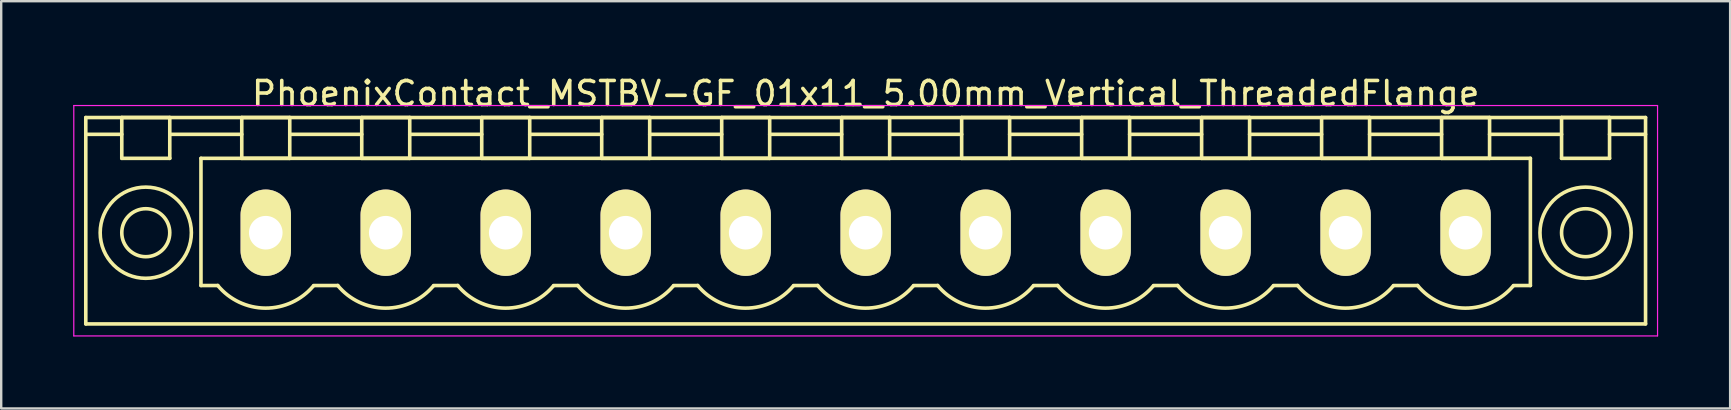
<source format=kicad_pcb>
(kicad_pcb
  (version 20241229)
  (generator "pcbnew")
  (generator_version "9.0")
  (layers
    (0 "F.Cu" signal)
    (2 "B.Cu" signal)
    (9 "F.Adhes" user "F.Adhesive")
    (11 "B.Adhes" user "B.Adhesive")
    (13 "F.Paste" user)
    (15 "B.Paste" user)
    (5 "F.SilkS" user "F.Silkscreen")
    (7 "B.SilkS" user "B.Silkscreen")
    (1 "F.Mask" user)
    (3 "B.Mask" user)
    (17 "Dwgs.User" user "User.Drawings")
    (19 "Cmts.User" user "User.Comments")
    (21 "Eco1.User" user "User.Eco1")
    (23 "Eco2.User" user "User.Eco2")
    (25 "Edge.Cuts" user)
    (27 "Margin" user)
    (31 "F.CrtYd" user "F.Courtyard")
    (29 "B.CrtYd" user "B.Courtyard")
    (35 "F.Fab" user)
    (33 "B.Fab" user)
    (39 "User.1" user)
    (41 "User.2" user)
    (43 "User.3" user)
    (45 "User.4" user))
  (footprint "PhoenixContact_MSTBV-GF_01x11_5.00mm_Vertical_ThreadedFlange"
    (layer "F.Cu")
    (at 8.025 6.648)
    (property "Reference" "PhoenixContact_MSTBV-GF_01x11_5.00mm_Vertical_ThreadedFlange" (at 25 -5.8 0) (layer "F.SilkS") (effects (font (size 1 1) (thickness 0.15))))
    (attr through_hole)
    (fp_line (start -7.5 -4.8) (end -7.5 3.8) (stroke (width 0.15) (type solid)) (layer "F.SilkS"))
    (fp_line (start -7.5 -4.1) (end -6 -4.1) (stroke (width 0.15) (type solid)) (layer "F.SilkS"))
    (fp_line (start -7.5 3.8) (end 57.5 3.8) (stroke (width 0.15) (type solid)) (layer "F.SilkS"))
    (fp_line (start -6 -4.8) (end -4 -4.8) (stroke (width 0.15) (type solid)) (layer "F.SilkS"))
    (fp_line (start -6 -3.1) (end -6 -4.8) (stroke (width 0.15) (type solid)) (layer "F.SilkS"))
    (fp_line (start -4 -4.8) (end -4 -3.1) (stroke (width 0.15) (type solid)) (layer "F.SilkS"))
    (fp_line (start -4 -4.1) (end -1 -4.1) (stroke (width 0.15) (type solid)) (layer "F.SilkS"))
    (fp_line (start -4 -3.1) (end -6 -3.1) (stroke (width 0.15) (type solid)) (layer "F.SilkS"))
    (fp_line (start -2.7 -3.1) (end 52.7 -3.1) (stroke (width 0.15) (type solid)) (layer "F.SilkS"))
    (fp_line (start -2.7 2.2) (end -2.7 -3.1) (stroke (width 0.15) (type solid)) (layer "F.SilkS"))
    (fp_line (start -2 2.2) (end -2.7 2.2) (stroke (width 0.15) (type solid)) (layer "F.SilkS"))
    (fp_line (start -1 -4.8) (end 1 -4.8) (stroke (width 0.15) (type solid)) (layer "F.SilkS"))
    (fp_line (start -1 -3.1) (end -1 -4.8) (stroke (width 0.15) (type solid)) (layer "F.SilkS"))
    (fp_line (start 1 -4.8) (end 1 -3.1) (stroke (width 0.15) (type solid)) (layer "F.SilkS"))
    (fp_line (start 1 -4.1) (end 4 -4.1) (stroke (width 0.15) (type solid)) (layer "F.SilkS"))
    (fp_line (start 1 -3.1) (end -1 -3.1) (stroke (width 0.15) (type solid)) (layer "F.SilkS"))
    (fp_line (start 2 2.2) (end 3 2.2) (stroke (width 0.15) (type solid)) (layer "F.SilkS"))
    (fp_line (start 4 -4.8) (end 6 -4.8) (stroke (width 0.15) (type solid)) (layer "F.SilkS"))
    (fp_line (start 4 -3.1) (end 4 -4.8) (stroke (width 0.15) (type solid)) (layer "F.SilkS"))
    (fp_line (start 6 -4.8) (end 6 -3.1) (stroke (width 0.15) (type solid)) (layer "F.SilkS"))
    (fp_line (start 6 -4.1) (end 9 -4.1) (stroke (width 0.15) (type solid)) (layer "F.SilkS"))
    (fp_line (start 6 -3.1) (end 4 -3.1) (stroke (width 0.15) (type solid)) (layer "F.SilkS"))
    (fp_line (start 7 2.2) (end 8 2.2) (stroke (width 0.15) (type solid)) (layer "F.SilkS"))
    (fp_line (start 9 -4.8) (end 11 -4.8) (stroke (width 0.15) (type solid)) (layer "F.SilkS"))
    (fp_line (start 9 -3.1) (end 9 -4.8) (stroke (width 0.15) (type solid)) (layer "F.SilkS"))
    (fp_line (start 11 -4.8) (end 11 -3.1) (stroke (width 0.15) (type solid)) (layer "F.SilkS"))
    (fp_line (start 11 -4.1) (end 14 -4.1) (stroke (width 0.15) (type solid)) (layer "F.SilkS"))
    (fp_line (start 11 -3.1) (end 9 -3.1) (stroke (width 0.15) (type solid)) (layer "F.SilkS"))
    (fp_line (start 12 2.2) (end 13 2.2) (stroke (width 0.15) (type solid)) (layer "F.SilkS"))
    (fp_line (start 14 -4.8) (end 16 -4.8) (stroke (width 0.15) (type solid)) (layer "F.SilkS"))
    (fp_line (start 14 -3.1) (end 14 -4.8) (stroke (width 0.15) (type solid)) (layer "F.SilkS"))
    (fp_line (start 16 -4.8) (end 16 -3.1) (stroke (width 0.15) (type solid)) (layer "F.SilkS"))
    (fp_line (start 16 -4.1) (end 19 -4.1) (stroke (width 0.15) (type solid)) (layer "F.SilkS"))
    (fp_line (start 16 -3.1) (end 14 -3.1) (stroke (width 0.15) (type solid)) (layer "F.SilkS"))
    (fp_line (start 17 2.2) (end 18 2.2) (stroke (width 0.15) (type solid)) (layer "F.SilkS"))
    (fp_line (start 19 -4.8) (end 21 -4.8) (stroke (width 0.15) (type solid)) (layer "F.SilkS"))
    (fp_line (start 19 -3.1) (end 19 -4.8) (stroke (width 0.15) (type solid)) (layer "F.SilkS"))
    (fp_line (start 21 -4.8) (end 21 -3.1) (stroke (width 0.15) (type solid)) (layer "F.SilkS"))
    (fp_line (start 21 -4.1) (end 24 -4.1) (stroke (width 0.15) (type solid)) (layer "F.SilkS"))
    (fp_line (start 21 -3.1) (end 19 -3.1) (stroke (width 0.15) (type solid)) (layer "F.SilkS"))
    (fp_line (start 22 2.2) (end 23 2.2) (stroke (width 0.15) (type solid)) (layer "F.SilkS"))
    (fp_line (start 24 -4.8) (end 26 -4.8) (stroke (width 0.15) (type solid)) (layer "F.SilkS"))
    (fp_line (start 24 -3.1) (end 24 -4.8) (stroke (width 0.15) (type solid)) (layer "F.SilkS"))
    (fp_line (start 26 -4.8) (end 26 -3.1) (stroke (width 0.15) (type solid)) (layer "F.SilkS"))
    (fp_line (start 26 -4.1) (end 29 -4.1) (stroke (width 0.15) (type solid)) (layer "F.SilkS"))
    (fp_line (start 26 -3.1) (end 24 -3.1) (stroke (width 0.15) (type solid)) (layer "F.SilkS"))
    (fp_line (start 27 2.2) (end 28 2.2) (stroke (width 0.15) (type solid)) (layer "F.SilkS"))
    (fp_line (start 29 -4.8) (end 31 -4.8) (stroke (width 0.15) (type solid)) (layer "F.SilkS"))
    (fp_line (start 29 -3.1) (end 29 -4.8) (stroke (width 0.15) (type solid)) (layer "F.SilkS"))
    (fp_line (start 31 -4.8) (end 31 -3.1) (stroke (width 0.15) (type solid)) (layer "F.SilkS"))
    (fp_line (start 31 -4.1) (end 34 -4.1) (stroke (width 0.15) (type solid)) (layer "F.SilkS"))
    (fp_line (start 31 -3.1) (end 29 -3.1) (stroke (width 0.15) (type solid)) (layer "F.SilkS"))
    (fp_line (start 32 2.2) (end 33 2.2) (stroke (width 0.15) (type solid)) (layer "F.SilkS"))
    (fp_line (start 34 -4.8) (end 36 -4.8) (stroke (width 0.15) (type solid)) (layer "F.SilkS"))
    (fp_line (start 34 -3.1) (end 34 -4.8) (stroke (width 0.15) (type solid)) (layer "F.SilkS"))
    (fp_line (start 36 -4.8) (end 36 -3.1) (stroke (width 0.15) (type solid)) (layer "F.SilkS"))
    (fp_line (start 36 -4.1) (end 39 -4.1) (stroke (width 0.15) (type solid)) (layer "F.SilkS"))
    (fp_line (start 36 -3.1) (end 34 -3.1) (stroke (width 0.15) (type solid)) (layer "F.SilkS"))
    (fp_line (start 37 2.2) (end 38 2.2) (stroke (width 0.15) (type solid)) (layer "F.SilkS"))
    (fp_line (start 39 -4.8) (end 41 -4.8) (stroke (width 0.15) (type solid)) (layer "F.SilkS"))
    (fp_line (start 39 -3.1) (end 39 -4.8) (stroke (width 0.15) (type solid)) (layer "F.SilkS"))
    (fp_line (start 41 -4.8) (end 41 -3.1) (stroke (width 0.15) (type solid)) (layer "F.SilkS"))
    (fp_line (start 41 -4.1) (end 44 -4.1) (stroke (width 0.15) (type solid)) (layer "F.SilkS"))
    (fp_line (start 41 -3.1) (end 39 -3.1) (stroke (width 0.15) (type solid)) (layer "F.SilkS"))
    (fp_line (start 42 2.2) (end 43 2.2) (stroke (width 0.15) (type solid)) (layer "F.SilkS"))
    (fp_line (start 44 -4.8) (end 46 -4.8) (stroke (width 0.15) (type solid)) (layer "F.SilkS"))
    (fp_line (start 44 -3.1) (end 44 -4.8) (stroke (width 0.15) (type solid)) (layer "F.SilkS"))
    (fp_line (start 46 -4.8) (end 46 -3.1) (stroke (width 0.15) (type solid)) (layer "F.SilkS"))
    (fp_line (start 46 -4.1) (end 49 -4.1) (stroke (width 0.15) (type solid)) (layer "F.SilkS"))
    (fp_line (start 46 -3.1) (end 44 -3.1) (stroke (width 0.15) (type solid)) (layer "F.SilkS"))
    (fp_line (start 47 2.2) (end 48 2.2) (stroke (width 0.15) (type solid)) (layer "F.SilkS"))
    (fp_line (start 49 -4.8) (end 51 -4.8) (stroke (width 0.15) (type solid)) (layer "F.SilkS"))
    (fp_line (start 49 -3.1) (end 49 -4.8) (stroke (width 0.15) (type solid)) (layer "F.SilkS"))
    (fp_line (start 51 -4.8) (end 51 -3.1) (stroke (width 0.15) (type solid)) (layer "F.SilkS"))
    (fp_line (start 51 -4.1) (end 54 -4.1) (stroke (width 0.15) (type solid)) (layer "F.SilkS"))
    (fp_line (start 51 -3.1) (end 49 -3.1) (stroke (width 0.15) (type solid)) (layer "F.SilkS"))
    (fp_line (start 52.7 -3.1) (end 52.7 2.2) (stroke (width 0.15) (type solid)) (layer "F.SilkS"))
    (fp_line (start 52.7 2.2) (end 52 2.2) (stroke (width 0.15) (type solid)) (layer "F.SilkS"))
    (fp_line (start 54 -4.8) (end 56 -4.8) (stroke (width 0.15) (type solid)) (layer "F.SilkS"))
    (fp_line (start 54 -3.1) (end 54 -4.8) (stroke (width 0.15) (type solid)) (layer "F.SilkS"))
    (fp_line (start 56 -4.8) (end 56 -3.1) (stroke (width 0.15) (type solid)) (layer "F.SilkS"))
    (fp_line (start 56 -3.1) (end 54 -3.1) (stroke (width 0.15) (type solid)) (layer "F.SilkS"))
    (fp_line (start 57.5 -4.8) (end -7.5 -4.8) (stroke (width 0.15) (type solid)) (layer "F.SilkS"))
    (fp_line (start 57.5 -4.1) (end 56 -4.1) (stroke (width 0.15) (type solid)) (layer "F.SilkS"))
    (fp_line (start 57.5 3.8) (end 57.5 -4.8) (stroke (width 0.15) (type solid)) (layer "F.SilkS"))
    (fp_arc (start 1.986842 2.215821) (mid -0.010289 3.142758) (end -2 2.2) (stroke (width 0.15) (type solid)) (layer "F.SilkS"))
    (fp_arc (start 6.986842 2.215821) (mid 4.989711 3.142758) (end 3 2.2) (stroke (width 0.15) (type solid)) (layer "F.SilkS"))
    (fp_arc (start 11.986842 2.215821) (mid 9.989711 3.142758) (end 8 2.2) (stroke (width 0.15) (type solid)) (layer "F.SilkS"))
    (fp_arc (start 16.986842 2.215821) (mid 14.989711 3.142758) (end 13 2.2) (stroke (width 0.15) (type solid)) (layer "F.SilkS"))
    (fp_arc (start 21.986842 2.215821) (mid 19.989711 3.142758) (end 18 2.2) (stroke (width 0.15) (type solid)) (layer "F.SilkS"))
    (fp_arc (start 26.986842 2.215821) (mid 24.989711 3.142758) (end 23 2.2) (stroke (width 0.15) (type solid)) (layer "F.SilkS"))
    (fp_arc (start 31.986842 2.215821) (mid 29.989711 3.142758) (end 28 2.2) (stroke (width 0.15) (type solid)) (layer "F.SilkS"))
    (fp_arc (start 36.986842 2.215821) (mid 34.989711 3.142758) (end 33 2.2) (stroke (width 0.15) (type solid)) (layer "F.SilkS"))
    (fp_arc (start 41.986842 2.215821) (mid 39.989711 3.142758) (end 38 2.2) (stroke (width 0.15) (type solid)) (layer "F.SilkS"))
    (fp_arc (start 46.986842 2.215821) (mid 44.989711 3.142758) (end 43 2.2) (stroke (width 0.15) (type solid)) (layer "F.SilkS"))
    (fp_arc (start 51.986842 2.215821) (mid 49.989711 3.142758) (end 48 2.2) (stroke (width 0.15) (type solid)) (layer "F.SilkS"))
    (fp_circle (center -5 0) (end -4 0) (stroke (width 0.15) (type solid)) (fill no) (layer "F.SilkS"))
    (fp_circle (center -5 0) (end -3.1 0) (stroke (width 0.15) (type solid)) (fill no) (layer "F.SilkS"))
    (fp_circle (center 55 0) (end 56 0) (stroke (width 0.15) (type solid)) (fill no) (layer "F.SilkS"))
    (fp_circle (center 55 0) (end 56.9 0) (stroke (width 0.15) (type solid)) (fill no) (layer "F.SilkS"))
    (fp_line (start -8 -5.3) (end -8 4.3) (stroke (width 0.05) (type solid)) (layer "F.CrtYd"))
    (fp_line (start -8 4.3) (end 58 4.3) (stroke (width 0.05) (type solid)) (layer "F.CrtYd"))
    (fp_line (start 58 -5.3) (end -8 -5.3) (stroke (width 0.05) (type solid)) (layer "F.CrtYd"))
    (fp_line (start 58 4.3) (end 58 -5.3) (stroke (width 0.05) (type solid)) (layer "F.CrtYd"))
    (pad "1" thru_hole oval (at 0 0) (size 2.1 3.6) (drill 1.4) (layers "*.Cu" "*.Mask" "F.SilkS"))
    (pad "2" thru_hole oval (at 5 0) (size 2.1 3.6) (drill 1.4) (layers "*.Cu" "*.Mask" "F.SilkS"))
    (pad "3" thru_hole oval (at 10 0) (size 2.1 3.6) (drill 1.4) (layers "*.Cu" "*.Mask" "F.SilkS"))
    (pad "4" thru_hole oval (at 15 0) (size 2.1 3.6) (drill 1.4) (layers "*.Cu" "*.Mask" "F.SilkS"))
    (pad "5" thru_hole oval (at 20 0) (size 2.1 3.6) (drill 1.4) (layers "*.Cu" "*.Mask" "F.SilkS"))
    (pad "6" thru_hole oval (at 25 0) (size 2.1 3.6) (drill 1.4) (layers "*.Cu" "*.Mask" "F.SilkS"))
    (pad "7" thru_hole oval (at 30 0) (size 2.1 3.6) (drill 1.4) (layers "*.Cu" "*.Mask" "F.SilkS"))
    (pad "8" thru_hole oval (at 35 0) (size 2.1 3.6) (drill 1.4) (layers "*.Cu" "*.Mask" "F.SilkS"))
    (pad "9" thru_hole oval (at 40 0) (size 2.1 3.6) (drill 1.4) (layers "*.Cu" "*.Mask" "F.SilkS"))
    (pad "10" thru_hole oval (at 45 0) (size 2.1 3.6) (drill 1.4) (layers "*.Cu" "*.Mask" "F.SilkS"))
    (pad "11" thru_hole oval (at 50 0) (size 2.1 3.6) (drill 1.4) (layers "*.Cu" "*.Mask" "F.SilkS")))
  (gr_rect
    (start -3 -3)
    (end 69.05 13.973)
    (stroke (width 0.1) (type default))
    (fill no)
    (layer "Edge.Cuts")))
</source>
